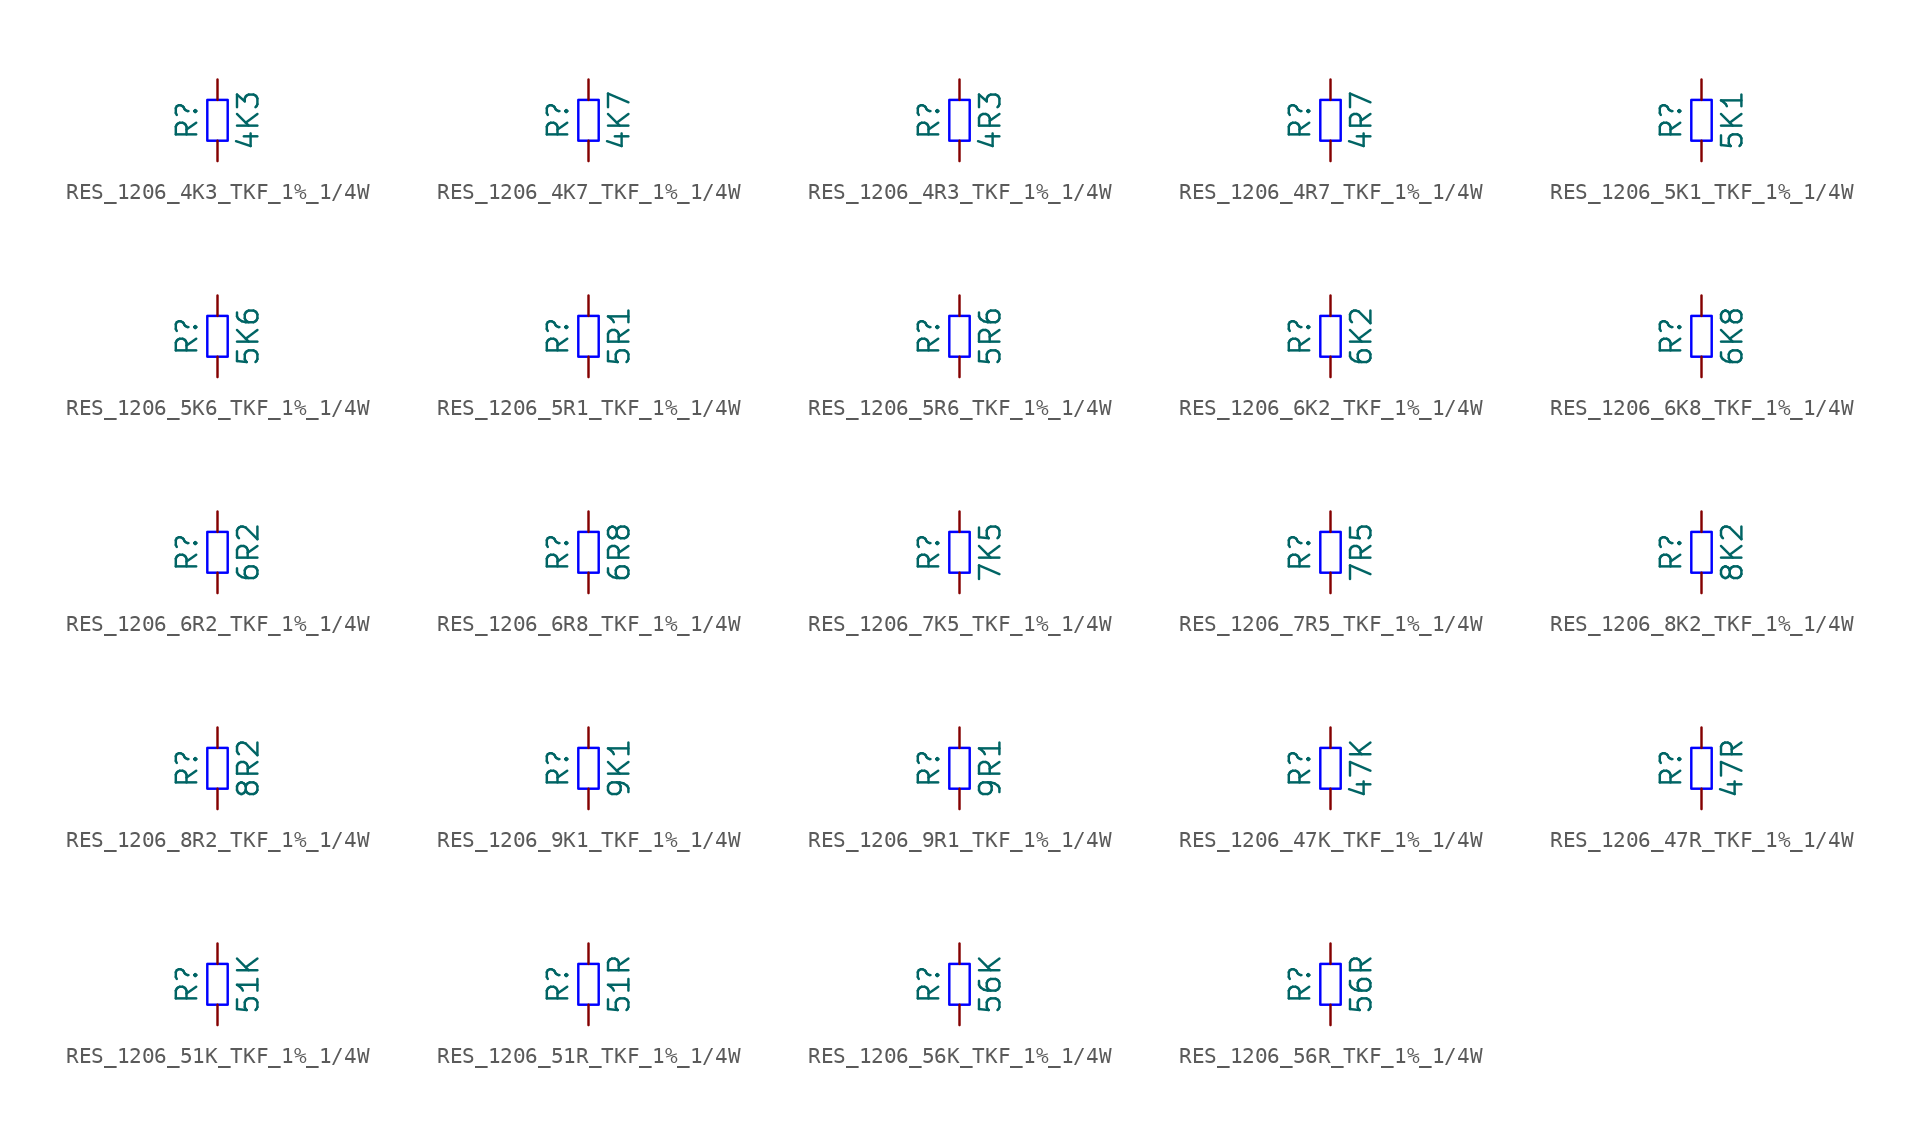
<source format=kicad_sym>
(kicad_symbol_lib
  (version 20220914)
  (generator kicad_symbol_editor)
  (symbol "RES_1206_4K3_TKF_1%_1/4W"
    (pin_numbers hide)
    (pin_names
      (offset 0) hide)
    (property "Reference" "R"
      (at -1.905 0 90)
      (do_not_autoplace)
      (effects (font (size 1.27 1.27))))
    (property "Value" "4K3"
      (at 1.905 0 90)
      (do_not_autoplace)
      (effects (font (size 1.27 1.27))))
    (symbol "RES_1206_4K3_TKF_1%_1/4W_1_1"
      (rectangle (start -0.635 -1.27) (end 0.635 1.27) (stroke (width 0) (type solid) (color 0 0 255 1)) (fill (type none)))
      (pin passive line (at 0 -2.54 90) (length 1.27) (name "~" (effects (font (size 1.27 1.27)))) (number "1" (effects (font (size 1.27 1.27)))))
      (pin passive line (at 0 2.54 270) (length 1.27) (name "~" (effects (font (size 1.27 1.27)))) (number "2" (effects (font (size 1.27 1.27)))))))
  (symbol "RES_1206_4K7_TKF_1%_1/4W"
    (pin_numbers hide)
    (pin_names
      (offset 0) hide)
    (property "Reference" "R"
      (at -1.905 0 90)
      (do_not_autoplace)
      (effects (font (size 1.27 1.27))))
    (property "Value" "4K7"
      (at 1.905 0 90)
      (do_not_autoplace)
      (effects (font (size 1.27 1.27))))
    (symbol "RES_1206_4K7_TKF_1%_1/4W_1_1"
      (rectangle (start -0.635 -1.27) (end 0.635 1.27) (stroke (width 0) (type solid) (color 0 0 255 1)) (fill (type none)))
      (pin passive line (at 0 -2.54 90) (length 1.27) (name "~" (effects (font (size 1.27 1.27)))) (number "1" (effects (font (size 1.27 1.27)))))
      (pin passive line (at 0 2.54 270) (length 1.27) (name "~" (effects (font (size 1.27 1.27)))) (number "2" (effects (font (size 1.27 1.27)))))))
  (symbol "RES_1206_4R3_TKF_1%_1/4W"
    (pin_numbers hide)
    (pin_names
      (offset 0) hide)
    (property "Reference" "R"
      (at -1.905 0 90)
      (do_not_autoplace)
      (effects (font (size 1.27 1.27))))
    (property "Value" "4R3"
      (at 1.905 0 90)
      (do_not_autoplace)
      (effects (font (size 1.27 1.27))))
    (symbol "RES_1206_4R3_TKF_1%_1/4W_1_1"
      (rectangle (start -0.635 -1.27) (end 0.635 1.27) (stroke (width 0) (type solid) (color 0 0 255 1)) (fill (type none)))
      (pin passive line (at 0 -2.54 90) (length 1.27) (name "~" (effects (font (size 1.27 1.27)))) (number "1" (effects (font (size 1.27 1.27)))))
      (pin passive line (at 0 2.54 270) (length 1.27) (name "~" (effects (font (size 1.27 1.27)))) (number "2" (effects (font (size 1.27 1.27)))))))
  (symbol "RES_1206_4R7_TKF_1%_1/4W"
    (pin_numbers hide)
    (pin_names
      (offset 0) hide)
    (property "Reference" "R"
      (at -1.905 0 90)
      (do_not_autoplace)
      (effects (font (size 1.27 1.27))))
    (property "Value" "4R7"
      (at 1.905 0 90)
      (do_not_autoplace)
      (effects (font (size 1.27 1.27))))
    (symbol "RES_1206_4R7_TKF_1%_1/4W_1_1"
      (rectangle (start -0.635 -1.27) (end 0.635 1.27) (stroke (width 0) (type solid) (color 0 0 255 1)) (fill (type none)))
      (pin passive line (at 0 -2.54 90) (length 1.27) (name "~" (effects (font (size 1.27 1.27)))) (number "1" (effects (font (size 1.27 1.27)))))
      (pin passive line (at 0 2.54 270) (length 1.27) (name "~" (effects (font (size 1.27 1.27)))) (number "2" (effects (font (size 1.27 1.27)))))))
  (symbol "RES_1206_5K1_TKF_1%_1/4W"
    (pin_numbers hide)
    (pin_names
      (offset 0) hide)
    (property "Reference" "R"
      (at -1.905 0 90)
      (do_not_autoplace)
      (effects (font (size 1.27 1.27))))
    (property "Value" "5K1"
      (at 1.905 0 90)
      (do_not_autoplace)
      (effects (font (size 1.27 1.27))))
    (symbol "RES_1206_5K1_TKF_1%_1/4W_1_1"
      (rectangle (start -0.635 -1.27) (end 0.635 1.27) (stroke (width 0) (type solid) (color 0 0 255 1)) (fill (type none)))
      (pin passive line (at 0 -2.54 90) (length 1.27) (name "~" (effects (font (size 1.27 1.27)))) (number "1" (effects (font (size 1.27 1.27)))))
      (pin passive line (at 0 2.54 270) (length 1.27) (name "~" (effects (font (size 1.27 1.27)))) (number "2" (effects (font (size 1.27 1.27)))))))
  (symbol "RES_1206_5K6_TKF_1%_1/4W"
    (pin_numbers hide)
    (pin_names
      (offset 0) hide)
    (property "Reference" "R"
      (at -1.905 0 90)
      (do_not_autoplace)
      (effects (font (size 1.27 1.27))))
    (property "Value" "5K6"
      (at 1.905 0 90)
      (do_not_autoplace)
      (effects (font (size 1.27 1.27))))
    (symbol "RES_1206_5K6_TKF_1%_1/4W_1_1"
      (rectangle (start -0.635 -1.27) (end 0.635 1.27) (stroke (width 0) (type solid) (color 0 0 255 1)) (fill (type none)))
      (pin passive line (at 0 -2.54 90) (length 1.27) (name "~" (effects (font (size 1.27 1.27)))) (number "1" (effects (font (size 1.27 1.27)))))
      (pin passive line (at 0 2.54 270) (length 1.27) (name "~" (effects (font (size 1.27 1.27)))) (number "2" (effects (font (size 1.27 1.27)))))))
  (symbol "RES_1206_5R1_TKF_1%_1/4W"
    (pin_numbers hide)
    (pin_names
      (offset 0) hide)
    (property "Reference" "R"
      (at -1.905 0 90)
      (do_not_autoplace)
      (effects (font (size 1.27 1.27))))
    (property "Value" "5R1"
      (at 1.905 0 90)
      (do_not_autoplace)
      (effects (font (size 1.27 1.27))))
    (symbol "RES_1206_5R1_TKF_1%_1/4W_1_1"
      (rectangle (start -0.635 -1.27) (end 0.635 1.27) (stroke (width 0) (type solid) (color 0 0 255 1)) (fill (type none)))
      (pin passive line (at 0 -2.54 90) (length 1.27) (name "~" (effects (font (size 1.27 1.27)))) (number "1" (effects (font (size 1.27 1.27)))))
      (pin passive line (at 0 2.54 270) (length 1.27) (name "~" (effects (font (size 1.27 1.27)))) (number "2" (effects (font (size 1.27 1.27)))))))
  (symbol "RES_1206_5R6_TKF_1%_1/4W"
    (pin_numbers hide)
    (pin_names
      (offset 0) hide)
    (property "Reference" "R"
      (at -1.905 0 90)
      (do_not_autoplace)
      (effects (font (size 1.27 1.27))))
    (property "Value" "5R6"
      (at 1.905 0 90)
      (do_not_autoplace)
      (effects (font (size 1.27 1.27))))
    (symbol "RES_1206_5R6_TKF_1%_1/4W_1_1"
      (rectangle (start -0.635 -1.27) (end 0.635 1.27) (stroke (width 0) (type solid) (color 0 0 255 1)) (fill (type none)))
      (pin passive line (at 0 -2.54 90) (length 1.27) (name "~" (effects (font (size 1.27 1.27)))) (number "1" (effects (font (size 1.27 1.27)))))
      (pin passive line (at 0 2.54 270) (length 1.27) (name "~" (effects (font (size 1.27 1.27)))) (number "2" (effects (font (size 1.27 1.27)))))))
  (symbol "RES_1206_6K2_TKF_1%_1/4W"
    (pin_numbers hide)
    (pin_names
      (offset 0) hide)
    (property "Reference" "R"
      (at -1.905 0 90)
      (do_not_autoplace)
      (effects (font (size 1.27 1.27))))
    (property "Value" "6K2"
      (at 1.905 0 90)
      (do_not_autoplace)
      (effects (font (size 1.27 1.27))))
    (symbol "RES_1206_6K2_TKF_1%_1/4W_1_1"
      (rectangle (start -0.635 -1.27) (end 0.635 1.27) (stroke (width 0) (type solid) (color 0 0 255 1)) (fill (type none)))
      (pin passive line (at 0 -2.54 90) (length 1.27) (name "~" (effects (font (size 1.27 1.27)))) (number "1" (effects (font (size 1.27 1.27)))))
      (pin passive line (at 0 2.54 270) (length 1.27) (name "~" (effects (font (size 1.27 1.27)))) (number "2" (effects (font (size 1.27 1.27)))))))
  (symbol "RES_1206_6K8_TKF_1%_1/4W"
    (pin_numbers hide)
    (pin_names
      (offset 0) hide)
    (property "Reference" "R"
      (at -1.905 0 90)
      (do_not_autoplace)
      (effects (font (size 1.27 1.27))))
    (property "Value" "6K8"
      (at 1.905 0 90)
      (do_not_autoplace)
      (effects (font (size 1.27 1.27))))
    (symbol "RES_1206_6K8_TKF_1%_1/4W_1_1"
      (rectangle (start -0.635 -1.27) (end 0.635 1.27) (stroke (width 0) (type solid) (color 0 0 255 1)) (fill (type none)))
      (pin passive line (at 0 -2.54 90) (length 1.27) (name "~" (effects (font (size 1.27 1.27)))) (number "1" (effects (font (size 1.27 1.27)))))
      (pin passive line (at 0 2.54 270) (length 1.27) (name "~" (effects (font (size 1.27 1.27)))) (number "2" (effects (font (size 1.27 1.27)))))))
  (symbol "RES_1206_6R2_TKF_1%_1/4W"
    (pin_numbers hide)
    (pin_names
      (offset 0) hide)
    (property "Reference" "R"
      (at -1.905 0 90)
      (do_not_autoplace)
      (effects (font (size 1.27 1.27))))
    (property "Value" "6R2"
      (at 1.905 0 90)
      (do_not_autoplace)
      (effects (font (size 1.27 1.27))))
    (symbol "RES_1206_6R2_TKF_1%_1/4W_1_1"
      (rectangle (start -0.635 -1.27) (end 0.635 1.27) (stroke (width 0) (type solid) (color 0 0 255 1)) (fill (type none)))
      (pin passive line (at 0 -2.54 90) (length 1.27) (name "~" (effects (font (size 1.27 1.27)))) (number "1" (effects (font (size 1.27 1.27)))))
      (pin passive line (at 0 2.54 270) (length 1.27) (name "~" (effects (font (size 1.27 1.27)))) (number "2" (effects (font (size 1.27 1.27)))))))
  (symbol "RES_1206_6R8_TKF_1%_1/4W"
    (pin_numbers hide)
    (pin_names
      (offset 0) hide)
    (property "Reference" "R"
      (at -1.905 0 90)
      (do_not_autoplace)
      (effects (font (size 1.27 1.27))))
    (property "Value" "6R8"
      (at 1.905 0 90)
      (do_not_autoplace)
      (effects (font (size 1.27 1.27))))
    (symbol "RES_1206_6R8_TKF_1%_1/4W_1_1"
      (rectangle (start -0.635 -1.27) (end 0.635 1.27) (stroke (width 0) (type solid) (color 0 0 255 1)) (fill (type none)))
      (pin passive line (at 0 -2.54 90) (length 1.27) (name "~" (effects (font (size 1.27 1.27)))) (number "1" (effects (font (size 1.27 1.27)))))
      (pin passive line (at 0 2.54 270) (length 1.27) (name "~" (effects (font (size 1.27 1.27)))) (number "2" (effects (font (size 1.27 1.27)))))))
  (symbol "RES_1206_7K5_TKF_1%_1/4W"
    (pin_numbers hide)
    (pin_names
      (offset 0) hide)
    (property "Reference" "R"
      (at -1.905 0 90)
      (do_not_autoplace)
      (effects (font (size 1.27 1.27))))
    (property "Value" "7K5"
      (at 1.905 0 90)
      (do_not_autoplace)
      (effects (font (size 1.27 1.27))))
    (symbol "RES_1206_7K5_TKF_1%_1/4W_1_1"
      (rectangle (start -0.635 -1.27) (end 0.635 1.27) (stroke (width 0) (type solid) (color 0 0 255 1)) (fill (type none)))
      (pin passive line (at 0 -2.54 90) (length 1.27) (name "~" (effects (font (size 1.27 1.27)))) (number "1" (effects (font (size 1.27 1.27)))))
      (pin passive line (at 0 2.54 270) (length 1.27) (name "~" (effects (font (size 1.27 1.27)))) (number "2" (effects (font (size 1.27 1.27)))))))
  (symbol "RES_1206_7R5_TKF_1%_1/4W"
    (pin_numbers hide)
    (pin_names
      (offset 0) hide)
    (property "Reference" "R"
      (at -1.905 0 90)
      (do_not_autoplace)
      (effects (font (size 1.27 1.27))))
    (property "Value" "7R5"
      (at 1.905 0 90)
      (do_not_autoplace)
      (effects (font (size 1.27 1.27))))
    (symbol "RES_1206_7R5_TKF_1%_1/4W_1_1"
      (rectangle (start -0.635 -1.27) (end 0.635 1.27) (stroke (width 0) (type solid) (color 0 0 255 1)) (fill (type none)))
      (pin passive line (at 0 -2.54 90) (length 1.27) (name "~" (effects (font (size 1.27 1.27)))) (number "1" (effects (font (size 1.27 1.27)))))
      (pin passive line (at 0 2.54 270) (length 1.27) (name "~" (effects (font (size 1.27 1.27)))) (number "2" (effects (font (size 1.27 1.27)))))))
  (symbol "RES_1206_8K2_TKF_1%_1/4W"
    (pin_numbers hide)
    (pin_names
      (offset 0) hide)
    (property "Reference" "R"
      (at -1.905 0 90)
      (do_not_autoplace)
      (effects (font (size 1.27 1.27))))
    (property "Value" "8K2"
      (at 1.905 0 90)
      (do_not_autoplace)
      (effects (font (size 1.27 1.27))))
    (symbol "RES_1206_8K2_TKF_1%_1/4W_1_1"
      (rectangle (start -0.635 -1.27) (end 0.635 1.27) (stroke (width 0) (type solid) (color 0 0 255 1)) (fill (type none)))
      (pin passive line (at 0 -2.54 90) (length 1.27) (name "~" (effects (font (size 1.27 1.27)))) (number "1" (effects (font (size 1.27 1.27)))))
      (pin passive line (at 0 2.54 270) (length 1.27) (name "~" (effects (font (size 1.27 1.27)))) (number "2" (effects (font (size 1.27 1.27)))))))
  (symbol "RES_1206_8R2_TKF_1%_1/4W"
    (pin_numbers hide)
    (pin_names
      (offset 0) hide)
    (property "Reference" "R"
      (at -1.905 0 90)
      (do_not_autoplace)
      (effects (font (size 1.27 1.27))))
    (property "Value" "8R2"
      (at 1.905 0 90)
      (do_not_autoplace)
      (effects (font (size 1.27 1.27))))
    (symbol "RES_1206_8R2_TKF_1%_1/4W_1_1"
      (rectangle (start -0.635 -1.27) (end 0.635 1.27) (stroke (width 0) (type solid) (color 0 0 255 1)) (fill (type none)))
      (pin passive line (at 0 -2.54 90) (length 1.27) (name "~" (effects (font (size 1.27 1.27)))) (number "1" (effects (font (size 1.27 1.27)))))
      (pin passive line (at 0 2.54 270) (length 1.27) (name "~" (effects (font (size 1.27 1.27)))) (number "2" (effects (font (size 1.27 1.27)))))))
  (symbol "RES_1206_9K1_TKF_1%_1/4W"
    (pin_numbers hide)
    (pin_names
      (offset 0) hide)
    (property "Reference" "R"
      (at -1.905 0 90)
      (do_not_autoplace)
      (effects (font (size 1.27 1.27))))
    (property "Value" "9K1"
      (at 1.905 0 90)
      (do_not_autoplace)
      (effects (font (size 1.27 1.27))))
    (symbol "RES_1206_9K1_TKF_1%_1/4W_1_1"
      (rectangle (start -0.635 -1.27) (end 0.635 1.27) (stroke (width 0) (type solid) (color 0 0 255 1)) (fill (type none)))
      (pin passive line (at 0 -2.54 90) (length 1.27) (name "~" (effects (font (size 1.27 1.27)))) (number "1" (effects (font (size 1.27 1.27)))))
      (pin passive line (at 0 2.54 270) (length 1.27) (name "~" (effects (font (size 1.27 1.27)))) (number "2" (effects (font (size 1.27 1.27)))))))
  (symbol "RES_1206_9R1_TKF_1%_1/4W"
    (pin_numbers hide)
    (pin_names
      (offset 0) hide)
    (property "Reference" "R"
      (at -1.905 0 90)
      (do_not_autoplace)
      (effects (font (size 1.27 1.27))))
    (property "Value" "9R1"
      (at 1.905 0 90)
      (do_not_autoplace)
      (effects (font (size 1.27 1.27))))
    (symbol "RES_1206_9R1_TKF_1%_1/4W_1_1"
      (rectangle (start -0.635 -1.27) (end 0.635 1.27) (stroke (width 0) (type solid) (color 0 0 255 1)) (fill (type none)))
      (pin passive line (at 0 -2.54 90) (length 1.27) (name "~" (effects (font (size 1.27 1.27)))) (number "1" (effects (font (size 1.27 1.27)))))
      (pin passive line (at 0 2.54 270) (length 1.27) (name "~" (effects (font (size 1.27 1.27)))) (number "2" (effects (font (size 1.27 1.27)))))))
  (symbol "RES_1206_47K_TKF_1%_1/4W"
    (pin_numbers hide)
    (pin_names
      (offset 0) hide)
    (property "Reference" "R"
      (at -1.905 0 90)
      (do_not_autoplace)
      (effects (font (size 1.27 1.27))))
    (property "Value" "47K"
      (at 1.905 0 90)
      (do_not_autoplace)
      (effects (font (size 1.27 1.27))))
    (symbol "RES_1206_47K_TKF_1%_1/4W_1_1"
      (rectangle (start -0.635 -1.27) (end 0.635 1.27) (stroke (width 0) (type solid) (color 0 0 255 1)) (fill (type none)))
      (pin passive line (at 0 -2.54 90) (length 1.27) (name "~" (effects (font (size 1.27 1.27)))) (number "1" (effects (font (size 1.27 1.27)))))
      (pin passive line (at 0 2.54 270) (length 1.27) (name "~" (effects (font (size 1.27 1.27)))) (number "2" (effects (font (size 1.27 1.27)))))))
  (symbol "RES_1206_47R_TKF_1%_1/4W"
    (pin_numbers hide)
    (pin_names
      (offset 0) hide)
    (property "Reference" "R"
      (at -1.905 0 90)
      (do_not_autoplace)
      (effects (font (size 1.27 1.27))))
    (property "Value" "47R"
      (at 1.905 0 90)
      (do_not_autoplace)
      (effects (font (size 1.27 1.27))))
    (symbol "RES_1206_47R_TKF_1%_1/4W_1_1"
      (rectangle (start -0.635 -1.27) (end 0.635 1.27) (stroke (width 0) (type solid) (color 0 0 255 1)) (fill (type none)))
      (pin passive line (at 0 -2.54 90) (length 1.27) (name "~" (effects (font (size 1.27 1.27)))) (number "1" (effects (font (size 1.27 1.27)))))
      (pin passive line (at 0 2.54 270) (length 1.27) (name "~" (effects (font (size 1.27 1.27)))) (number "2" (effects (font (size 1.27 1.27)))))))
  (symbol "RES_1206_51K_TKF_1%_1/4W"
    (pin_numbers hide)
    (pin_names
      (offset 0) hide)
    (property "Reference" "R"
      (at -1.905 0 90)
      (do_not_autoplace)
      (effects (font (size 1.27 1.27))))
    (property "Value" "51K"
      (at 1.905 0 90)
      (do_not_autoplace)
      (effects (font (size 1.27 1.27))))
    (symbol "RES_1206_51K_TKF_1%_1/4W_1_1"
      (rectangle (start -0.635 -1.27) (end 0.635 1.27) (stroke (width 0) (type solid) (color 0 0 255 1)) (fill (type none)))
      (pin passive line (at 0 -2.54 90) (length 1.27) (name "~" (effects (font (size 1.27 1.27)))) (number "1" (effects (font (size 1.27 1.27)))))
      (pin passive line (at 0 2.54 270) (length 1.27) (name "~" (effects (font (size 1.27 1.27)))) (number "2" (effects (font (size 1.27 1.27)))))))
  (symbol "RES_1206_51R_TKF_1%_1/4W"
    (pin_numbers hide)
    (pin_names
      (offset 0) hide)
    (property "Reference" "R"
      (at -1.905 0 90)
      (do_not_autoplace)
      (effects (font (size 1.27 1.27))))
    (property "Value" "51R"
      (at 1.905 0 90)
      (do_not_autoplace)
      (effects (font (size 1.27 1.27))))
    (symbol "RES_1206_51R_TKF_1%_1/4W_1_1"
      (rectangle (start -0.635 -1.27) (end 0.635 1.27) (stroke (width 0) (type solid) (color 0 0 255 1)) (fill (type none)))
      (pin passive line (at 0 -2.54 90) (length 1.27) (name "~" (effects (font (size 1.27 1.27)))) (number "1" (effects (font (size 1.27 1.27)))))
      (pin passive line (at 0 2.54 270) (length 1.27) (name "~" (effects (font (size 1.27 1.27)))) (number "2" (effects (font (size 1.27 1.27)))))))
  (symbol "RES_1206_56K_TKF_1%_1/4W"
    (pin_numbers hide)
    (pin_names
      (offset 0) hide)
    (property "Reference" "R"
      (at -1.905 0 90)
      (do_not_autoplace)
      (effects (font (size 1.27 1.27))))
    (property "Value" "56K"
      (at 1.905 0 90)
      (do_not_autoplace)
      (effects (font (size 1.27 1.27))))
    (symbol "RES_1206_56K_TKF_1%_1/4W_1_1"
      (rectangle (start -0.635 -1.27) (end 0.635 1.27) (stroke (width 0) (type solid) (color 0 0 255 1)) (fill (type none)))
      (pin passive line (at 0 -2.54 90) (length 1.27) (name "~" (effects (font (size 1.27 1.27)))) (number "1" (effects (font (size 1.27 1.27)))))
      (pin passive line (at 0 2.54 270) (length 1.27) (name "~" (effects (font (size 1.27 1.27)))) (number "2" (effects (font (size 1.27 1.27)))))))
  (symbol "RES_1206_56R_TKF_1%_1/4W"
    (pin_numbers hide)
    (pin_names
      (offset 0) hide)
    (property "Reference" "R"
      (at -1.905 0 90)
      (do_not_autoplace)
      (effects (font (size 1.27 1.27))))
    (property "Value" "56R"
      (at 1.905 0 90)
      (do_not_autoplace)
      (effects (font (size 1.27 1.27))))
    (symbol "RES_1206_56R_TKF_1%_1/4W_1_1"
      (rectangle (start -0.635 -1.27) (end 0.635 1.27) (stroke (width 0) (type solid) (color 0 0 255 1)) (fill (type none)))
      (pin passive line (at 0 -2.54 90) (length 1.27) (name "~" (effects (font (size 1.27 1.27)))) (number "1" (effects (font (size 1.27 1.27)))))
      (pin passive line (at 0 2.54 270) (length 1.27) (name "~" (effects (font (size 1.27 1.27)))) (number "2" (effects (font (size 1.27 1.27))))))))
</source>
